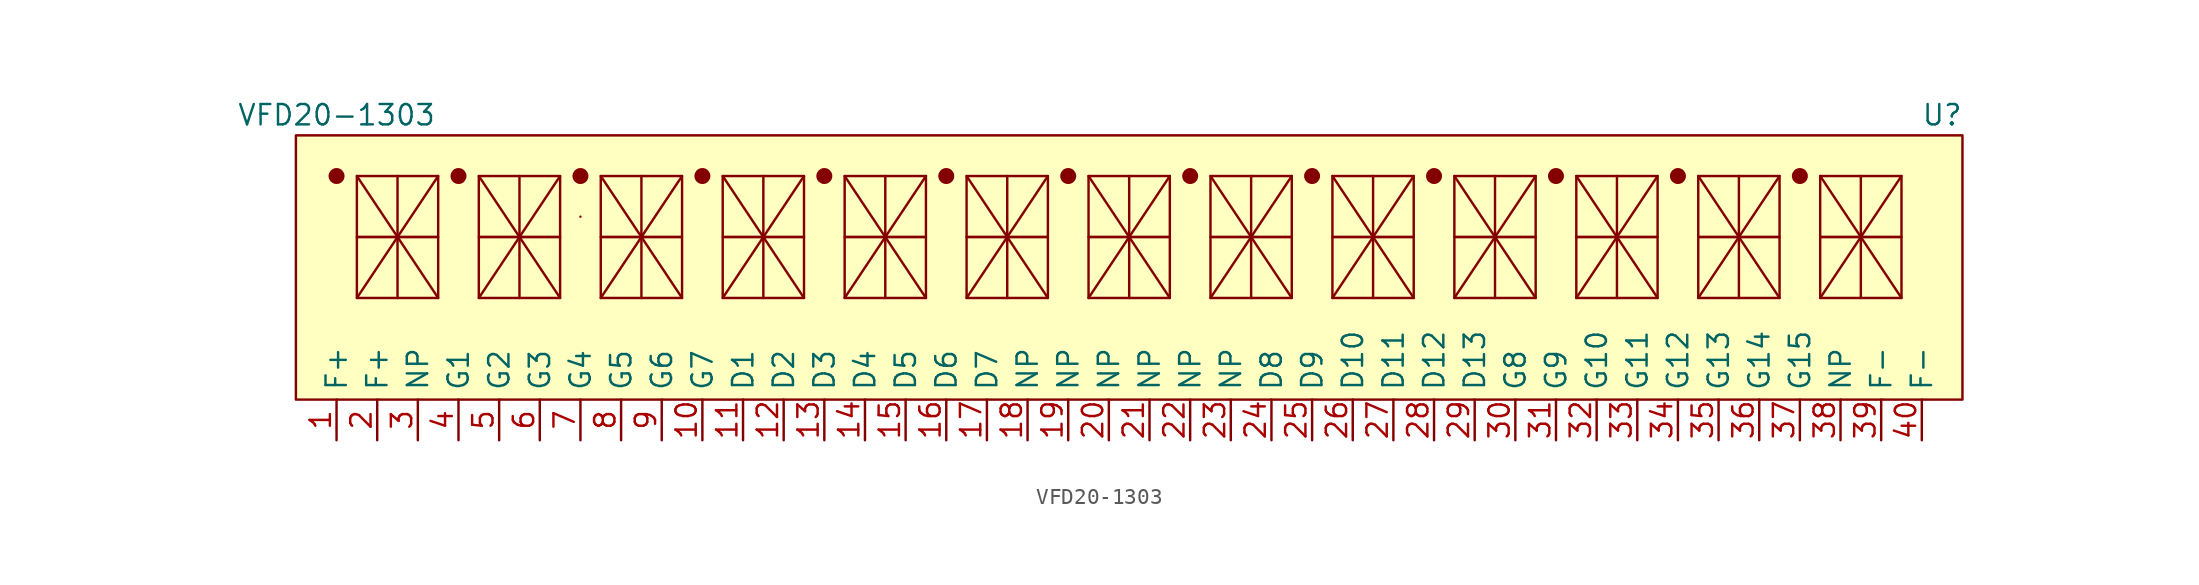
<source format=kicad_sym>
(kicad_symbol_lib
  (version 20220914)
  (generator kicad_symbol_editor)
  (symbol "VFD20-1303"
    (property "Reference" "U"
      (at 73.66 12.7 0)
      (effects (font (size 1.27 1.27))))
    (property "Value" "VFD20-1303"
      (at -26.67 12.7 0)
      (effects (font (size 1.27 1.27))))
    (symbol "VFD20-1303_1_1"
      (rectangle (start -29.21 11.43) (end 74.93 -5.08) (stroke (width 0) (type default)) (fill (type background)))
      (circle (center -26.67 8.89) (radius 0.0001) (stroke (width 0.5) (type default)) (fill (type none)))
      (rectangle (start -25.4 5.08) (end -20.32 1.27) (stroke (width 0) (type default)) (fill (type none)))
      (rectangle (start -25.4 8.89) (end -20.32 5.08) (stroke (width 0) (type default)) (fill (type none)))
      (circle (center -19.05 8.89) (radius 0.0001) (stroke (width 0.5) (type default)) (fill (type none)))
      (rectangle (start -17.78 5.08) (end -12.7 1.27) (stroke (width 0) (type default)) (fill (type none)))
      (rectangle (start -17.78 8.89) (end -12.7 5.08) (stroke (width 0) (type default)) (fill (type none)))
      (rectangle (start -11.43 6.35) (end -11.43 6.35) (stroke (width 0) (type default)) (fill (type none)))
      (circle (center -11.43 8.89) (radius 0.0001) (stroke (width 0.5) (type default)) (fill (type none)))
      (rectangle (start -10.16 5.08) (end -5.08 1.27) (stroke (width 0) (type default)) (fill (type none)))
      (rectangle (start -10.16 8.89) (end -5.08 5.08) (stroke (width 0) (type default)) (fill (type none)))
      (circle (center -3.81 8.89) (radius 0.0001) (stroke (width 0.5) (type default)) (fill (type none)))
      (rectangle (start -2.54 5.08) (end 2.54 1.27) (stroke (width 0) (type default)) (fill (type none)))
      (rectangle (start -2.54 8.89) (end 2.54 5.08) (stroke (width 0) (type default)) (fill (type none)))
      (polyline (pts (xy -25.4 8.89) (xy -20.32 1.27)) (stroke (width 0) (type default)) (fill (type none)))
      (polyline (pts (xy -22.86 8.89) (xy -22.86 1.27)) (stroke (width 0) (type default)) (fill (type none)))
      (polyline (pts (xy -20.32 8.89) (xy -25.4 1.27)) (stroke (width 0) (type default)) (fill (type none)))
      (polyline (pts (xy -17.78 8.89) (xy -12.7 1.27)) (stroke (width 0) (type default)) (fill (type none)))
      (polyline (pts (xy -15.24 8.89) (xy -15.24 1.27)) (stroke (width 0) (type default)) (fill (type none)))
      (polyline (pts (xy -12.7 8.89) (xy -17.78 1.27)) (stroke (width 0) (type default)) (fill (type none)))
      (polyline (pts (xy -10.16 8.89) (xy -5.08 1.27)) (stroke (width 0) (type default)) (fill (type none)))
      (polyline (pts (xy -7.62 8.89) (xy -7.62 1.27)) (stroke (width 0) (type default)) (fill (type none)))
      (polyline (pts (xy -5.08 8.89) (xy -10.16 1.27)) (stroke (width 0) (type default)) (fill (type none)))
      (polyline (pts (xy -2.54 8.89) (xy 2.54 1.27)) (stroke (width 0) (type default)) (fill (type none)))
      (polyline (pts (xy 0 8.89) (xy 0 1.27)) (stroke (width 0) (type default)) (fill (type none)))
      (polyline (pts (xy 2.54 8.89) (xy -2.54 1.27)) (stroke (width 0) (type default)) (fill (type none)))
      (polyline (pts (xy 5.08 8.89) (xy 10.16 1.27)) (stroke (width 0) (type default)) (fill (type none)))
      (polyline (pts (xy 7.62 8.89) (xy 7.62 1.27)) (stroke (width 0) (type default)) (fill (type none)))
      (polyline (pts (xy 10.16 8.89) (xy 5.08 1.27)) (stroke (width 0) (type default)) (fill (type none)))
      (polyline (pts (xy 12.7 8.89) (xy 17.78 1.27)) (stroke (width 0) (type default)) (fill (type none)))
      (polyline (pts (xy 15.24 8.89) (xy 15.24 1.27)) (stroke (width 0) (type default)) (fill (type none)))
      (polyline (pts (xy 17.78 8.89) (xy 12.7 1.27)) (stroke (width 0) (type default)) (fill (type none)))
      (polyline (pts (xy 20.32 8.89) (xy 25.4 1.27)) (stroke (width 0) (type default)) (fill (type none)))
      (polyline (pts (xy 22.86 8.89) (xy 22.86 1.27)) (stroke (width 0) (type default)) (fill (type none)))
      (polyline (pts (xy 25.4 8.89) (xy 20.32 1.27)) (stroke (width 0) (type default)) (fill (type none)))
      (polyline (pts (xy 27.94 8.89) (xy 33.02 1.27)) (stroke (width 0) (type default)) (fill (type none)))
      (polyline (pts (xy 30.48 8.89) (xy 30.48 1.27)) (stroke (width 0) (type default)) (fill (type none)))
      (polyline (pts (xy 33.02 8.89) (xy 27.94 1.27)) (stroke (width 0) (type default)) (fill (type none)))
      (polyline (pts (xy 35.56 8.89) (xy 40.64 1.27)) (stroke (width 0) (type default)) (fill (type none)))
      (polyline (pts (xy 38.1 8.89) (xy 38.1 1.27)) (stroke (width 0) (type default)) (fill (type none)))
      (polyline (pts (xy 40.64 8.89) (xy 35.56 1.27)) (stroke (width 0) (type default)) (fill (type none)))
      (polyline (pts (xy 43.18 8.89) (xy 48.26 1.27)) (stroke (width 0) (type default)) (fill (type none)))
      (polyline (pts (xy 45.72 8.89) (xy 45.72 1.27)) (stroke (width 0) (type default)) (fill (type none)))
      (polyline (pts (xy 48.26 8.89) (xy 43.18 1.27)) (stroke (width 0) (type default)) (fill (type none)))
      (polyline (pts (xy 50.8 8.89) (xy 55.88 1.27)) (stroke (width 0) (type default)) (fill (type none)))
      (polyline (pts (xy 53.34 8.89) (xy 53.34 1.27)) (stroke (width 0) (type default)) (fill (type none)))
      (polyline (pts (xy 55.88 8.89) (xy 50.8 1.27)) (stroke (width 0) (type default)) (fill (type none)))
      (polyline (pts (xy 58.42 8.89) (xy 63.5 1.27)) (stroke (width 0) (type default)) (fill (type none)))
      (polyline (pts (xy 60.96 8.89) (xy 60.96 1.27)) (stroke (width 0) (type default)) (fill (type none)))
      (polyline (pts (xy 63.5 8.89) (xy 58.42 1.27)) (stroke (width 0) (type default)) (fill (type none)))
      (polyline (pts (xy 66.04 8.89) (xy 71.12 1.27)) (stroke (width 0) (type default)) (fill (type none)))
      (polyline (pts (xy 68.58 8.89) (xy 68.58 1.27)) (stroke (width 0) (type default)) (fill (type none)))
      (polyline (pts (xy 71.12 8.89) (xy 66.04 1.27)) (stroke (width 0) (type default)) (fill (type none)))
      (circle (center 3.81 8.89) (radius 0.0001) (stroke (width 0.5) (type default)) (fill (type none)))
      (rectangle (start 5.08 5.08) (end 10.16 1.27) (stroke (width 0) (type default)) (fill (type none)))
      (rectangle (start 5.08 8.89) (end 10.16 5.08) (stroke (width 0) (type default)) (fill (type none)))
      (circle (center 11.43 8.89) (radius 0.0001) (stroke (width 0.5) (type default)) (fill (type none)))
      (rectangle (start 12.7 5.08) (end 17.78 1.27) (stroke (width 0) (type default)) (fill (type none)))
      (rectangle (start 12.7 8.89) (end 17.78 5.08) (stroke (width 0) (type default)) (fill (type none)))
      (circle (center 19.05 8.89) (radius 0.0001) (stroke (width 0.5) (type default)) (fill (type none)))
      (rectangle (start 20.32 5.08) (end 25.4 1.27) (stroke (width 0) (type default)) (fill (type none)))
      (rectangle (start 20.32 8.89) (end 25.4 5.08) (stroke (width 0) (type default)) (fill (type none)))
      (circle (center 26.67 8.89) (radius 0.0001) (stroke (width 0.5) (type default)) (fill (type none)))
      (rectangle (start 27.94 5.08) (end 33.02 1.27) (stroke (width 0) (type default)) (fill (type none)))
      (rectangle (start 27.94 8.89) (end 33.02 5.08) (stroke (width 0) (type default)) (fill (type none)))
      (circle (center 34.29 8.89) (radius 0.0001) (stroke (width 0.5) (type default)) (fill (type none)))
      (rectangle (start 35.56 5.08) (end 40.64 1.27) (stroke (width 0) (type default)) (fill (type none)))
      (rectangle (start 35.56 8.89) (end 40.64 5.08) (stroke (width 0) (type default)) (fill (type none)))
      (circle (center 41.91 8.89) (radius 0.0001) (stroke (width 0.5) (type default)) (fill (type none)))
      (rectangle (start 43.18 5.08) (end 48.26 1.27) (stroke (width 0) (type default)) (fill (type none)))
      (rectangle (start 43.18 8.89) (end 48.26 5.08) (stroke (width 0) (type default)) (fill (type none)))
      (circle (center 49.53 8.89) (radius 0.0001) (stroke (width 0.5) (type default)) (fill (type none)))
      (rectangle (start 50.8 5.08) (end 55.88 1.27) (stroke (width 0) (type default)) (fill (type none)))
      (rectangle (start 50.8 8.89) (end 55.88 5.08) (stroke (width 0) (type default)) (fill (type none)))
      (circle (center 57.15 8.89) (radius 0.0001) (stroke (width 0.5) (type default)) (fill (type none)))
      (rectangle (start 58.42 5.08) (end 63.5 1.27) (stroke (width 0) (type default)) (fill (type none)))
      (rectangle (start 58.42 8.89) (end 63.5 5.08) (stroke (width 0) (type default)) (fill (type none)))
      (circle (center 64.77 8.89) (radius 0.0001) (stroke (width 0.5) (type default)) (fill (type none)))
      (rectangle (start 66.04 5.08) (end 71.12 1.27) (stroke (width 0) (type default)) (fill (type none)))
      (rectangle (start 66.04 8.89) (end 71.12 5.08) (stroke (width 0) (type default)) (fill (type none)))
      (pin power_in line (at -26.67 -7.62 90) (length 2.54) (name "F+" (effects (font (size 1.27 1.27)))) (number "1" (effects (font (size 1.27 1.27)))))
      (pin input line (at -3.81 -7.62 90) (length 2.54) (name "G7" (effects (font (size 1.27 1.27)))) (number "10" (effects (font (size 1.27 1.27)))))
      (pin input line (at -1.27 -7.62 90) (length 2.54) (name "D1" (effects (font (size 1.27 1.27)))) (number "11" (effects (font (size 1.27 1.27)))))
      (pin input line (at 1.27 -7.62 90) (length 2.54) (name "D2" (effects (font (size 1.27 1.27)))) (number "12" (effects (font (size 1.27 1.27)))))
      (pin input line (at 3.81 -7.62 90) (length 2.54) (name "D3" (effects (font (size 1.27 1.27)))) (number "13" (effects (font (size 1.27 1.27)))))
      (pin input line (at 6.35 -7.62 90) (length 2.54) (name "D4" (effects (font (size 1.27 1.27)))) (number "14" (effects (font (size 1.27 1.27)))))
      (pin input line (at 8.89 -7.62 90) (length 2.54) (name "D5" (effects (font (size 1.27 1.27)))) (number "15" (effects (font (size 1.27 1.27)))))
      (pin input line (at 11.43 -7.62 90) (length 2.54) (name "D6" (effects (font (size 1.27 1.27)))) (number "16" (effects (font (size 1.27 1.27)))))
      (pin input line (at 13.97 -7.62 90) (length 2.54) (name "D7" (effects (font (size 1.27 1.27)))) (number "17" (effects (font (size 1.27 1.27)))))
      (pin passive line (at 16.51 -7.62 90) (length 2.54) (name "NP" (effects (font (size 1.27 1.27)))) (number "18" (effects (font (size 1.27 1.27)))))
      (pin passive line (at 19.05 -7.62 90) (length 2.54) (name "NP" (effects (font (size 1.27 1.27)))) (number "19" (effects (font (size 1.27 1.27)))))
      (pin power_in line (at -24.13 -7.62 90) (length 2.54) (name "F+" (effects (font (size 1.27 1.27)))) (number "2" (effects (font (size 1.27 1.27)))))
      (pin passive line (at 21.59 -7.62 90) (length 2.54) (name "NP" (effects (font (size 1.27 1.27)))) (number "20" (effects (font (size 1.27 1.27)))))
      (pin passive line (at 24.13 -7.62 90) (length 2.54) (name "NP" (effects (font (size 1.27 1.27)))) (number "21" (effects (font (size 1.27 1.27)))))
      (pin passive line (at 26.67 -7.62 90) (length 2.54) (name "NP" (effects (font (size 1.27 1.27)))) (number "22" (effects (font (size 1.27 1.27)))))
      (pin passive line (at 29.21 -7.62 90) (length 2.54) (name "NP" (effects (font (size 1.27 1.27)))) (number "23" (effects (font (size 1.27 1.27)))))
      (pin input line (at 31.75 -7.62 90) (length 2.54) (name "D8" (effects (font (size 1.27 1.27)))) (number "24" (effects (font (size 1.27 1.27)))))
      (pin input line (at 34.29 -7.62 90) (length 2.54) (name "D9" (effects (font (size 1.27 1.27)))) (number "25" (effects (font (size 1.27 1.27)))))
      (pin input line (at 36.83 -7.62 90) (length 2.54) (name "D10" (effects (font (size 1.27 1.27)))) (number "26" (effects (font (size 1.27 1.27)))))
      (pin input line (at 39.37 -7.62 90) (length 2.54) (name "D11" (effects (font (size 1.27 1.27)))) (number "27" (effects (font (size 1.27 1.27)))))
      (pin input line (at 41.91 -7.62 90) (length 2.54) (name "D12" (effects (font (size 1.27 1.27)))) (number "28" (effects (font (size 1.27 1.27)))))
      (pin input line (at 44.45 -7.62 90) (length 2.54) (name "D13" (effects (font (size 1.27 1.27)))) (number "29" (effects (font (size 1.27 1.27)))))
      (pin passive line (at -21.59 -7.62 90) (length 2.54) (name "NP" (effects (font (size 1.27 1.27)))) (number "3" (effects (font (size 1.27 1.27)))))
      (pin input line (at 46.99 -7.62 90) (length 2.54) (name "G8" (effects (font (size 1.27 1.27)))) (number "30" (effects (font (size 1.27 1.27)))))
      (pin input line (at 49.53 -7.62 90) (length 2.54) (name "G9" (effects (font (size 1.27 1.27)))) (number "31" (effects (font (size 1.27 1.27)))))
      (pin input line (at 52.07 -7.62 90) (length 2.54) (name "G10" (effects (font (size 1.27 1.27)))) (number "32" (effects (font (size 1.27 1.27)))))
      (pin input line (at 54.61 -7.62 90) (length 2.54) (name "G11" (effects (font (size 1.27 1.27)))) (number "33" (effects (font (size 1.27 1.27)))))
      (pin input line (at 57.15 -7.62 90) (length 2.54) (name "G12" (effects (font (size 1.27 1.27)))) (number "34" (effects (font (size 1.27 1.27)))))
      (pin input line (at 59.69 -7.62 90) (length 2.54) (name "G13" (effects (font (size 1.27 1.27)))) (number "35" (effects (font (size 1.27 1.27)))))
      (pin input line (at 62.23 -7.62 90) (length 2.54) (name "G14" (effects (font (size 1.27 1.27)))) (number "36" (effects (font (size 1.27 1.27)))))
      (pin input line (at 64.77 -7.62 90) (length 2.54) (name "G15" (effects (font (size 1.27 1.27)))) (number "37" (effects (font (size 1.27 1.27)))))
      (pin passive line (at 67.31 -7.62 90) (length 2.54) (name "NP" (effects (font (size 1.27 1.27)))) (number "38" (effects (font (size 1.27 1.27)))))
      (pin power_in line (at 69.85 -7.62 90) (length 2.54) (name "F-" (effects (font (size 1.27 1.27)))) (number "39" (effects (font (size 1.27 1.27)))))
      (pin input line (at -19.05 -7.62 90) (length 2.54) (name "G1" (effects (font (size 1.27 1.27)))) (number "4" (effects (font (size 1.27 1.27)))))
      (pin power_in line (at 72.39 -7.62 90) (length 2.54) (name "F-" (effects (font (size 1.27 1.27)))) (number "40" (effects (font (size 1.27 1.27)))))
      (pin input line (at -16.51 -7.62 90) (length 2.54) (name "G2" (effects (font (size 1.27 1.27)))) (number "5" (effects (font (size 1.27 1.27)))))
      (pin input line (at -13.97 -7.62 90) (length 2.54) (name "G3" (effects (font (size 1.27 1.27)))) (number "6" (effects (font (size 1.27 1.27)))))
      (pin input line (at -11.43 -7.62 90) (length 2.54) (name "G4" (effects (font (size 1.27 1.27)))) (number "7" (effects (font (size 1.27 1.27)))))
      (pin input line (at -8.89 -7.62 90) (length 2.54) (name "G5" (effects (font (size 1.27 1.27)))) (number "8" (effects (font (size 1.27 1.27)))))
      (pin input line (at -6.35 -7.62 90) (length 2.54) (name "G6" (effects (font (size 1.27 1.27)))) (number "9" (effects (font (size 1.27 1.27))))))))
</source>
